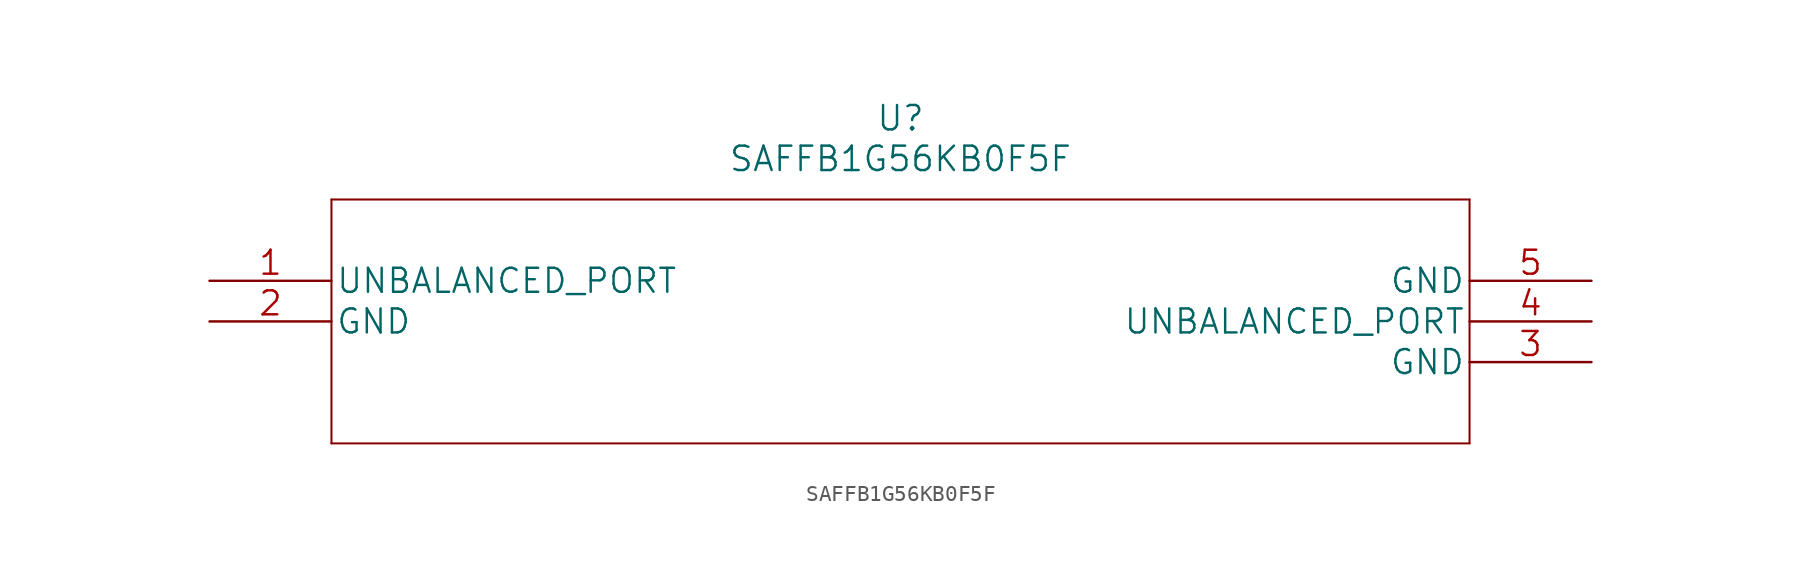
<source format=kicad_sym>
(kicad_symbol_lib
  (version 20211014)
  (generator kicad_symbol_editor)
  (symbol "SAFFB1G56KB0F5F"
    (pin_names
      (offset 0.254))
    (property "Reference" "U"
      (at 43.18 10.16 0)
      (effects (font (size 1.524 1.524))))
    (property "Value" "SAFFB1G56KB0F5F"
      (at 43.18 7.62 0)
      (effects (font (size 1.524 1.524))))
    (property "Datasheet" ""
      (at 0 0 0)
      (effects (font (size 1.524 1.524))))
    (property "ki_locked" ""
      (at 0 0 0)
      (effects (font (size 1.27 1.27))))
    (symbol "SAFFB1G56KB0F5F_1_1"
      (polyline (pts (xy 7.62 -10.16) (xy 78.74 -10.16)) (stroke (width 0.127) (type default) (color 0 0 0 0)) (fill (type none)))
      (polyline (pts (xy 7.62 5.08) (xy 7.62 -10.16)) (stroke (width 0.127) (type default) (color 0 0 0 0)) (fill (type none)))
      (polyline (pts (xy 78.74 -10.16) (xy 78.74 5.08)) (stroke (width 0.127) (type default) (color 0 0 0 0)) (fill (type none)))
      (polyline (pts (xy 78.74 5.08) (xy 7.62 5.08)) (stroke (width 0.127) (type default) (color 0 0 0 0)) (fill (type none)))
      (pin unspecified line (at 0 0 0) (length 7.62) (name "UNBALANCED_PORT" (effects (font (size 1.499 1.499)))) (number "1" (effects (font (size 1.499 1.499)))))
      (pin power_in line (at 0 -2.54 0) (length 7.62) (name "GND" (effects (font (size 1.499 1.499)))) (number "2" (effects (font (size 1.499 1.499)))))
      (pin power_in line (at 86.36 -5.08 180) (length 7.62) (name "GND" (effects (font (size 1.499 1.499)))) (number "3" (effects (font (size 1.499 1.499)))))
      (pin unspecified line (at 86.36 -2.54 180) (length 7.62) (name "UNBALANCED_PORT" (effects (font (size 1.499 1.499)))) (number "4" (effects (font (size 1.499 1.499)))))
      (pin power_in line (at 86.36 0 180) (length 7.62) (name "GND" (effects (font (size 1.499 1.499)))) (number "5" (effects (font (size 1.499 1.499))))))))
</source>
